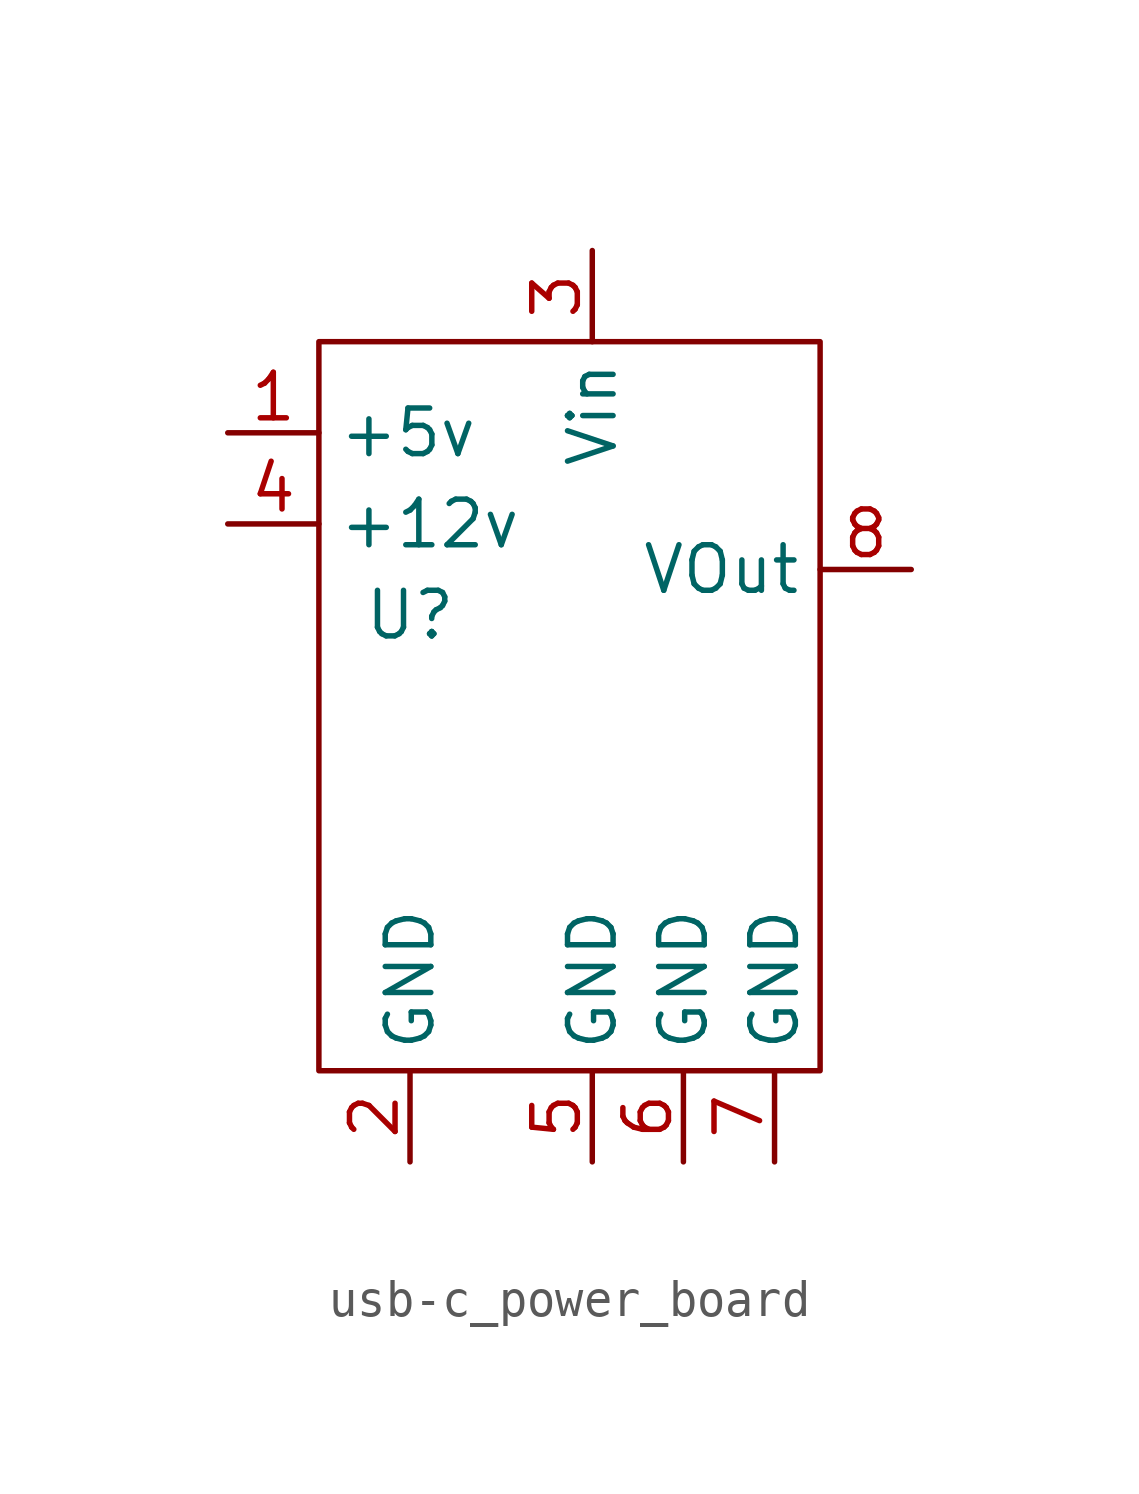
<source format=kicad_sym>
(kicad_symbol_lib
  (version 20231120)
  (generator "kicad_symbol_editor")
  (generator_version "8.0")
  (symbol "usb-c_power_board"
    (property "Reference" "U"
      (at 0 0 0)
      (effects (font (size 1.27 1.27))))
    (property "Value" ""
      (at 0 0 0)
      (effects (font (size 1.27 1.27))))
    (symbol "usb-c_power_board_0_1"
      (rectangle (start -2.54 7.62) (end 11.43 -12.7) (stroke (width 0) (type default)) (fill (type none))))
    (symbol "usb-c_power_board_1_1"
      (pin power_out line (at -5.08 5.08 0) (length 2.54) (name "+5v" (effects (font (size 1.27 1.27)))) (number "1" (effects (font (size 1.27 1.27)))))
      (pin power_out line (at 0 -15.24 90) (length 2.54) (name "GND" (effects (font (size 1.27 1.27)))) (number "2" (effects (font (size 1.27 1.27)))))
      (pin power_in line (at 5.08 10.16 270) (length 2.54) (name "Vin" (effects (font (size 1.27 1.27)))) (number "3" (effects (font (size 1.27 1.27)))))
      (pin power_out line (at -5.08 2.54 0) (length 2.54) (name "+12v" (effects (font (size 1.27 1.27)))) (number "4" (effects (font (size 1.27 1.27)))))
      (pin power_out line (at 5.08 -15.24 90) (length 2.54) (name "GND" (effects (font (size 1.27 1.27)))) (number "5" (effects (font (size 1.27 1.27)))))
      (pin power_out line (at 7.62 -15.24 90) (length 2.54) (name "GND" (effects (font (size 1.27 1.27)))) (number "6" (effects (font (size 1.27 1.27)))))
      (pin power_out line (at 10.16 -15.24 90) (length 2.54) (name "GND" (effects (font (size 1.27 1.27)))) (number "7" (effects (font (size 1.27 1.27)))))
      (pin power_out line (at 13.97 1.27 180) (length 2.54) (name "VOut" (effects (font (size 1.27 1.27)))) (number "8" (effects (font (size 1.27 1.27))))))))
</source>
